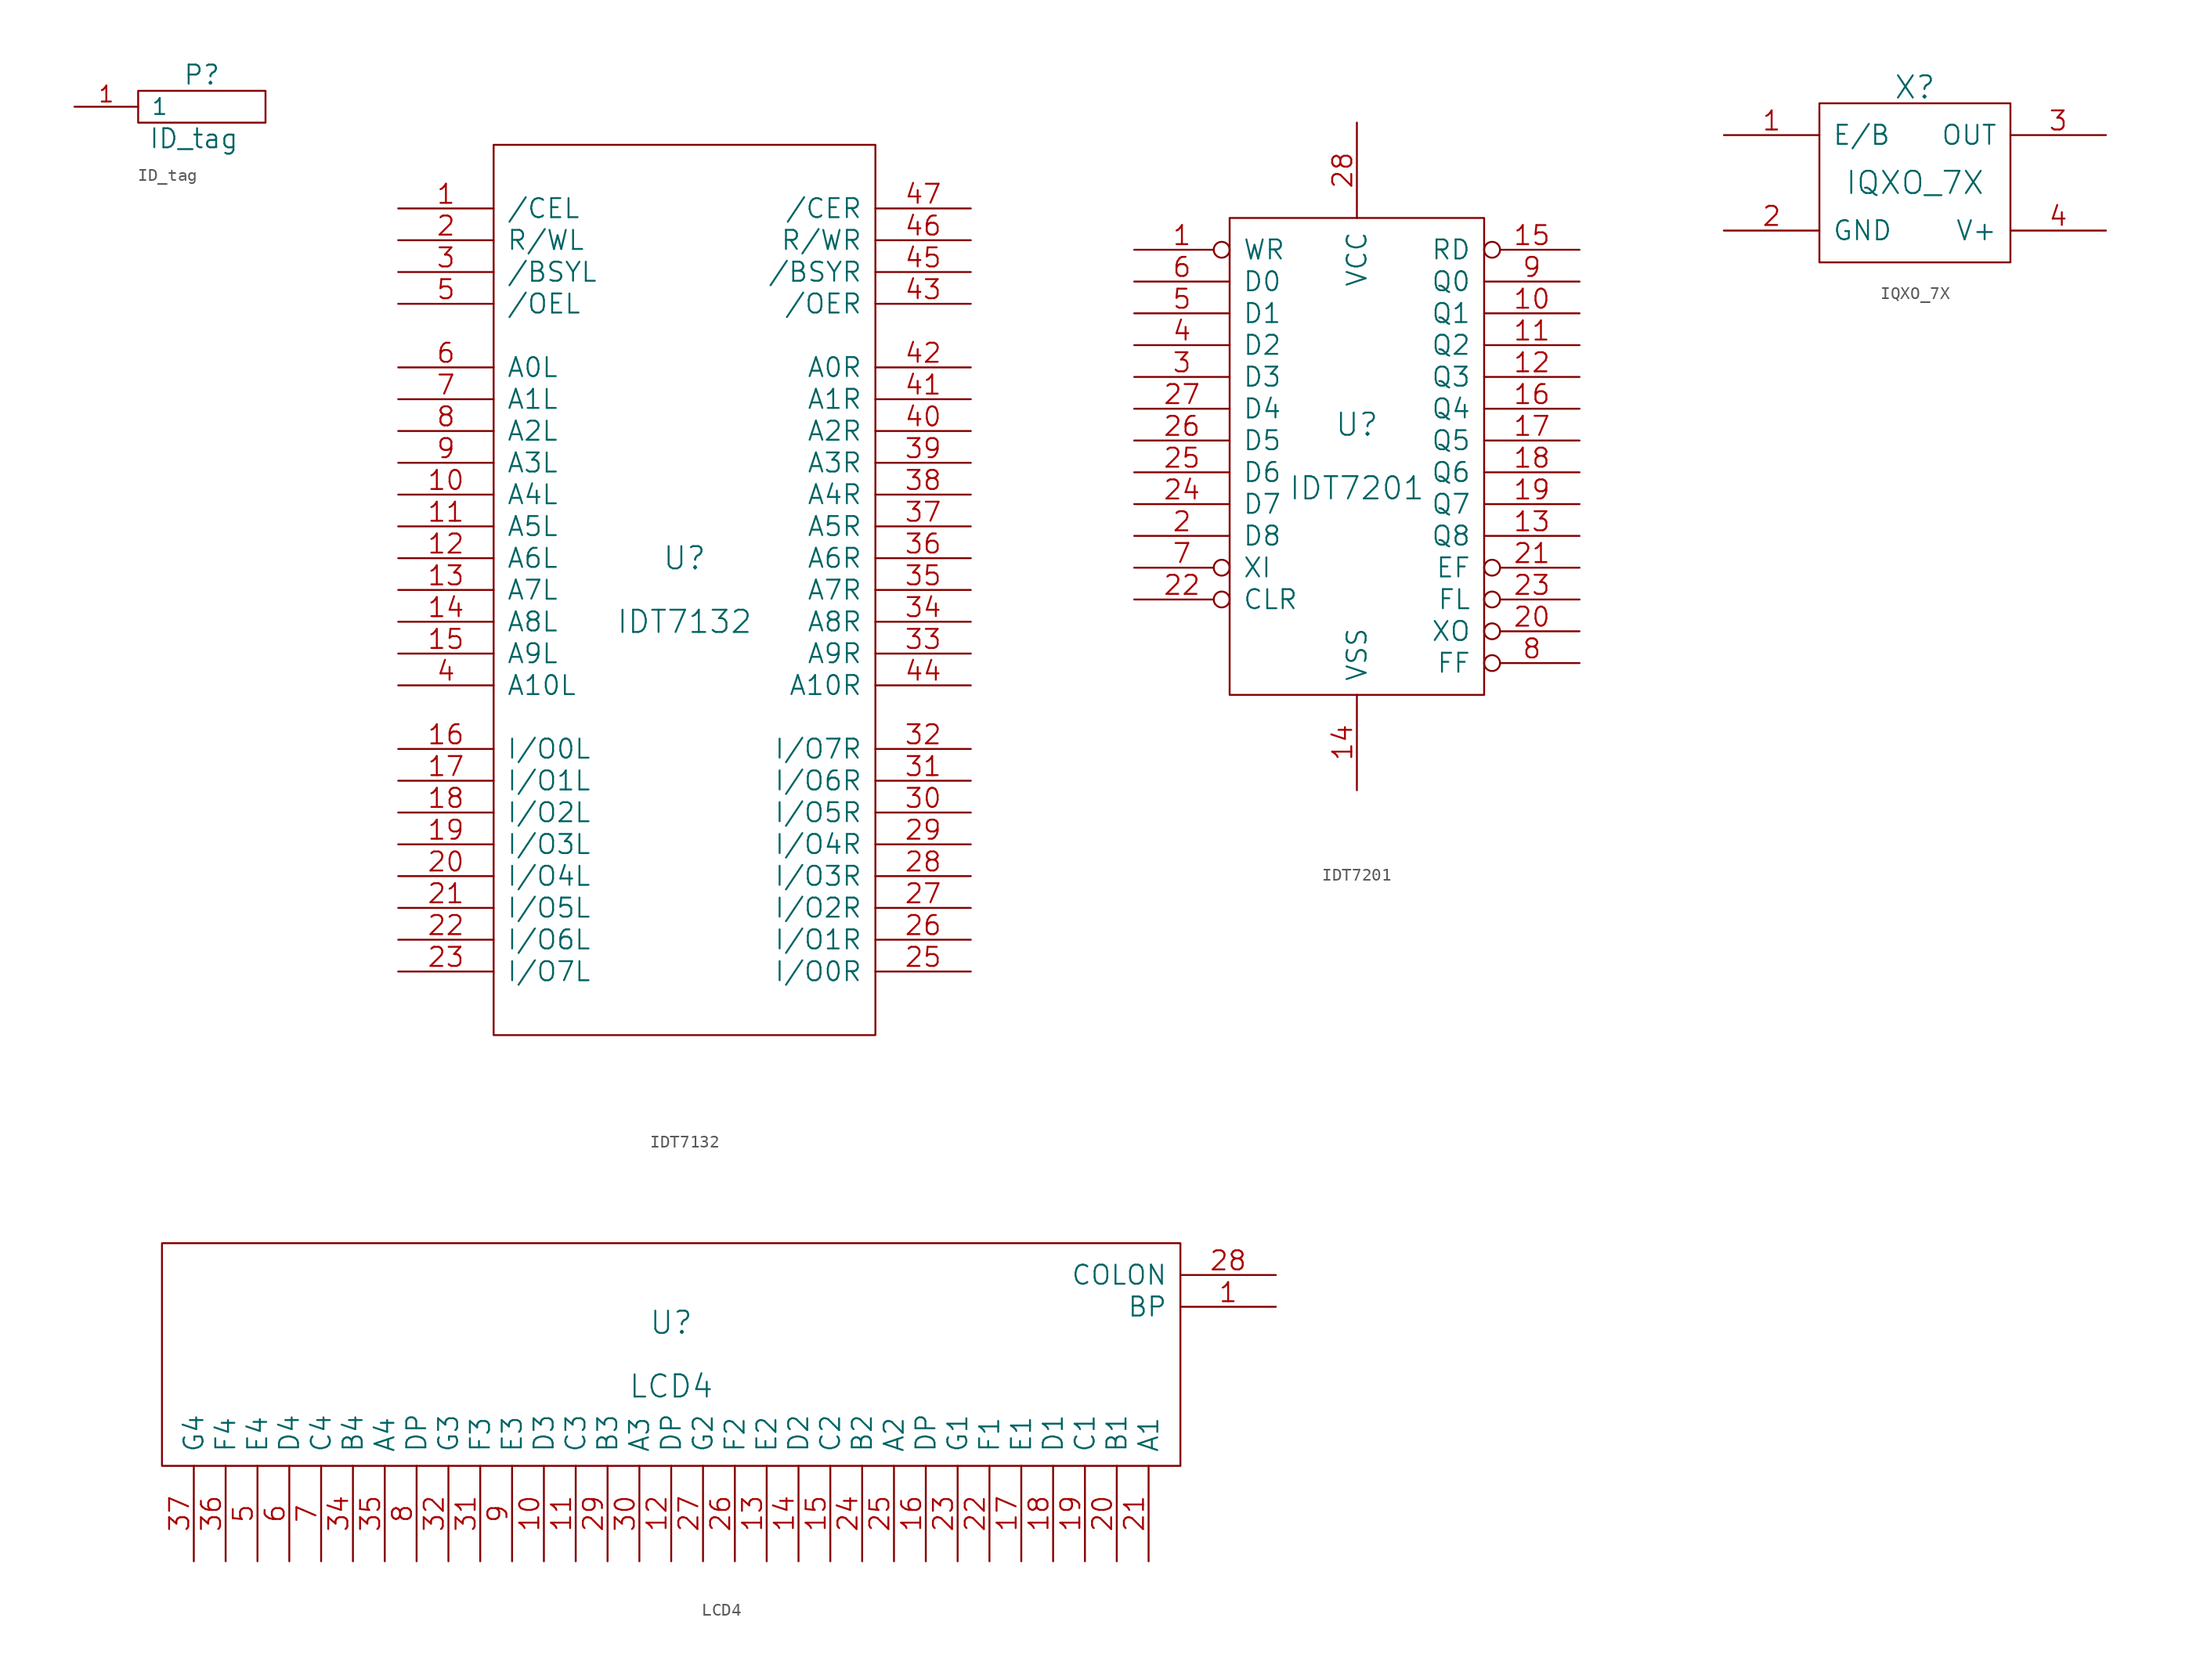
<source format=kicad_sym>
(kicad_symbol_lib
  (version 20211014)
  (generator kicad_symbol_editor)
  (symbol "ID_tag"
    (pin_names
      (offset 1.016))
    (property "Reference" "P"
      (at 0 2.54 0)
      (effects (font (size 1.524 1.524))))
    (property "Value" "ID_tag"
      (at -0.635 -2.54 0)
      (effects (font (size 1.524 1.524))))
    (property "Footprint" ""
      (at 0 0 0)
      (effects (font (size 1.524 1.524))))
    (property "Datasheet" ""
      (at 0 0 0)
      (effects (font (size 1.524 1.524))))
    (symbol "ID_tag_0_1"
      (rectangle (start -5.08 1.27) (end 5.08 -1.27) (stroke (width 0) (type default) (color 0 0 0 0)) (fill (type none))))
    (symbol "ID_tag_1_1"
      (pin input line (at -10.16 0 0) (length 5.08) (name "1" (effects (font (size 1.27 1.27)))) (number "1" (effects (font (size 1.27 1.27)))))))
  (symbol "IDT7132"
    (pin_names
      (offset 1.016))
    (property "Reference" "U"
      (at 0 2.54 0)
      (effects (font (size 1.778 1.778))))
    (property "Value" "IDT7132"
      (at 0 -2.54 0)
      (effects (font (size 1.778 1.778))))
    (property "Footprint" ""
      (at 0 0 0)
      (effects (font (size 1.524 1.524))))
    (property "Datasheet" ""
      (at 0 0 0)
      (effects (font (size 1.524 1.524))))
    (symbol "IDT7132_0_1"
      (rectangle (start -15.24 -35.56) (end 15.24 35.56) (stroke (width 0) (type default) (color 0 0 0 0)) (fill (type none))))
    (symbol "IDT7132_1_1"
      (pin input line (at -22.86 30.48 0) (length 7.62) (name "/CEL" (effects (font (size 1.524 1.524)))) (number "1" (effects (font (size 1.524 1.524)))))
      (pin input line (at -22.86 7.62 0) (length 7.62) (name "A4L" (effects (font (size 1.524 1.524)))) (number "10" (effects (font (size 1.524 1.524)))))
      (pin input line (at -22.86 5.08 0) (length 7.62) (name "A5L" (effects (font (size 1.524 1.524)))) (number "11" (effects (font (size 1.524 1.524)))))
      (pin input line (at -22.86 2.54 0) (length 7.62) (name "A6L" (effects (font (size 1.524 1.524)))) (number "12" (effects (font (size 1.524 1.524)))))
      (pin input line (at -22.86 0 0) (length 7.62) (name "A7L" (effects (font (size 1.524 1.524)))) (number "13" (effects (font (size 1.524 1.524)))))
      (pin input line (at -22.86 -2.54 0) (length 7.62) (name "A8L" (effects (font (size 1.524 1.524)))) (number "14" (effects (font (size 1.524 1.524)))))
      (pin input line (at -22.86 -5.08 0) (length 7.62) (name "A9L" (effects (font (size 1.524 1.524)))) (number "15" (effects (font (size 1.524 1.524)))))
      (pin input line (at -22.86 -12.7 0) (length 7.62) (name "I/O0L" (effects (font (size 1.524 1.524)))) (number "16" (effects (font (size 1.524 1.524)))))
      (pin input line (at -22.86 -15.24 0) (length 7.62) (name "I/O1L" (effects (font (size 1.524 1.524)))) (number "17" (effects (font (size 1.524 1.524)))))
      (pin input line (at -22.86 -17.78 0) (length 7.62) (name "I/O2L" (effects (font (size 1.524 1.524)))) (number "18" (effects (font (size 1.524 1.524)))))
      (pin input line (at -22.86 -20.32 0) (length 7.62) (name "I/O3L" (effects (font (size 1.524 1.524)))) (number "19" (effects (font (size 1.524 1.524)))))
      (pin input line (at -22.86 27.94 0) (length 7.62) (name "R/WL" (effects (font (size 1.524 1.524)))) (number "2" (effects (font (size 1.524 1.524)))))
      (pin input line (at -22.86 -22.86 0) (length 7.62) (name "I/O4L" (effects (font (size 1.524 1.524)))) (number "20" (effects (font (size 1.524 1.524)))))
      (pin input line (at -22.86 -25.4 0) (length 7.62) (name "I/O5L" (effects (font (size 1.524 1.524)))) (number "21" (effects (font (size 1.524 1.524)))))
      (pin input line (at -22.86 -27.94 0) (length 7.62) (name "I/O6L" (effects (font (size 1.524 1.524)))) (number "22" (effects (font (size 1.524 1.524)))))
      (pin input line (at -22.86 -30.48 0) (length 7.62) (name "I/O7L" (effects (font (size 1.524 1.524)))) (number "23" (effects (font (size 1.524 1.524)))))
      (pin power_in line (at 0 -35.56 90) (length 0) hide (name "GND" (effects (font (size 1.524 1.524)))) (number "24" (effects (font (size 1.524 1.524)))))
      (pin input line (at 22.86 -30.48 180) (length 7.62) (name "I/O0R" (effects (font (size 1.524 1.524)))) (number "25" (effects (font (size 1.524 1.524)))))
      (pin input line (at 22.86 -27.94 180) (length 7.62) (name "I/O1R" (effects (font (size 1.524 1.524)))) (number "26" (effects (font (size 1.524 1.524)))))
      (pin input line (at 22.86 -25.4 180) (length 7.62) (name "I/O2R" (effects (font (size 1.524 1.524)))) (number "27" (effects (font (size 1.524 1.524)))))
      (pin input line (at 22.86 -22.86 180) (length 7.62) (name "I/O3R" (effects (font (size 1.524 1.524)))) (number "28" (effects (font (size 1.524 1.524)))))
      (pin input line (at 22.86 -20.32 180) (length 7.62) (name "I/O4R" (effects (font (size 1.524 1.524)))) (number "29" (effects (font (size 1.524 1.524)))))
      (pin output line (at -22.86 25.4 0) (length 7.62) (name "/BSYL" (effects (font (size 1.524 1.524)))) (number "3" (effects (font (size 1.524 1.524)))))
      (pin input line (at 22.86 -17.78 180) (length 7.62) (name "I/O5R" (effects (font (size 1.524 1.524)))) (number "30" (effects (font (size 1.524 1.524)))))
      (pin input line (at 22.86 -15.24 180) (length 7.62) (name "I/O6R" (effects (font (size 1.524 1.524)))) (number "31" (effects (font (size 1.524 1.524)))))
      (pin input line (at 22.86 -12.7 180) (length 7.62) (name "I/O7R" (effects (font (size 1.524 1.524)))) (number "32" (effects (font (size 1.524 1.524)))))
      (pin input line (at 22.86 -5.08 180) (length 7.62) (name "A9R" (effects (font (size 1.524 1.524)))) (number "33" (effects (font (size 1.524 1.524)))))
      (pin input line (at 22.86 -2.54 180) (length 7.62) (name "A8R" (effects (font (size 1.524 1.524)))) (number "34" (effects (font (size 1.524 1.524)))))
      (pin input line (at 22.86 0 180) (length 7.62) (name "A7R" (effects (font (size 1.524 1.524)))) (number "35" (effects (font (size 1.524 1.524)))))
      (pin input line (at 22.86 2.54 180) (length 7.62) (name "A6R" (effects (font (size 1.524 1.524)))) (number "36" (effects (font (size 1.524 1.524)))))
      (pin input line (at 22.86 5.08 180) (length 7.62) (name "A5R" (effects (font (size 1.524 1.524)))) (number "37" (effects (font (size 1.524 1.524)))))
      (pin input line (at 22.86 7.62 180) (length 7.62) (name "A4R" (effects (font (size 1.524 1.524)))) (number "38" (effects (font (size 1.524 1.524)))))
      (pin input line (at 22.86 10.16 180) (length 7.62) (name "A3R" (effects (font (size 1.524 1.524)))) (number "39" (effects (font (size 1.524 1.524)))))
      (pin input line (at -22.86 -7.62 0) (length 7.62) (name "A10L" (effects (font (size 1.524 1.524)))) (number "4" (effects (font (size 1.524 1.524)))))
      (pin input line (at 22.86 12.7 180) (length 7.62) (name "A2R" (effects (font (size 1.524 1.524)))) (number "40" (effects (font (size 1.524 1.524)))))
      (pin input line (at 22.86 15.24 180) (length 7.62) (name "A1R" (effects (font (size 1.524 1.524)))) (number "41" (effects (font (size 1.524 1.524)))))
      (pin input line (at 22.86 17.78 180) (length 7.62) (name "A0R" (effects (font (size 1.524 1.524)))) (number "42" (effects (font (size 1.524 1.524)))))
      (pin input line (at 22.86 22.86 180) (length 7.62) (name "/OER" (effects (font (size 1.524 1.524)))) (number "43" (effects (font (size 1.524 1.524)))))
      (pin input line (at 22.86 -7.62 180) (length 7.62) (name "A10R" (effects (font (size 1.524 1.524)))) (number "44" (effects (font (size 1.524 1.524)))))
      (pin output line (at 22.86 25.4 180) (length 7.62) (name "/BSYR" (effects (font (size 1.524 1.524)))) (number "45" (effects (font (size 1.524 1.524)))))
      (pin input line (at 22.86 27.94 180) (length 7.62) (name "R/WR" (effects (font (size 1.524 1.524)))) (number "46" (effects (font (size 1.524 1.524)))))
      (pin input line (at 22.86 30.48 180) (length 7.62) (name "/CER" (effects (font (size 1.524 1.524)))) (number "47" (effects (font (size 1.524 1.524)))))
      (pin power_in line (at 0 35.56 90) (length 0) hide (name "VCC" (effects (font (size 1.524 1.524)))) (number "48" (effects (font (size 1.524 1.524)))))
      (pin input line (at -22.86 22.86 0) (length 7.62) (name "/OEL" (effects (font (size 1.524 1.524)))) (number "5" (effects (font (size 1.524 1.524)))))
      (pin input line (at -22.86 17.78 0) (length 7.62) (name "A0L" (effects (font (size 1.524 1.524)))) (number "6" (effects (font (size 1.524 1.524)))))
      (pin input line (at -22.86 15.24 0) (length 7.62) (name "A1L" (effects (font (size 1.524 1.524)))) (number "7" (effects (font (size 1.524 1.524)))))
      (pin input line (at -22.86 12.7 0) (length 7.62) (name "A2L" (effects (font (size 1.524 1.524)))) (number "8" (effects (font (size 1.524 1.524)))))
      (pin input line (at -22.86 10.16 0) (length 7.62) (name "A3L" (effects (font (size 1.524 1.524)))) (number "9" (effects (font (size 1.524 1.524)))))))
  (symbol "IDT7201"
    (pin_names
      (offset 1.016))
    (property "Reference" "U"
      (at 0 2.54 0)
      (effects (font (size 1.778 1.778))))
    (property "Value" "IDT7201"
      (at 0 -2.54 0)
      (effects (font (size 1.778 1.778))))
    (property "Footprint" ""
      (at 0 0 0)
      (effects (font (size 1.524 1.524))))
    (property "Datasheet" ""
      (at 0 0 0)
      (effects (font (size 1.524 1.524))))
    (symbol "IDT7201_0_1"
      (rectangle (start -10.16 -19.05) (end 10.16 19.05) (stroke (width 0) (type default) (color 0 0 0 0)) (fill (type none))))
    (symbol "IDT7201_1_1"
      (pin input inverted (at -17.78 16.51 0) (length 7.62) (name "WR" (effects (font (size 1.524 1.524)))) (number "1" (effects (font (size 1.524 1.524)))))
      (pin tri_state line (at 17.78 11.43 180) (length 7.62) (name "Q1" (effects (font (size 1.524 1.524)))) (number "10" (effects (font (size 1.524 1.524)))))
      (pin tri_state line (at 17.78 8.89 180) (length 7.62) (name "Q2" (effects (font (size 1.524 1.524)))) (number "11" (effects (font (size 1.524 1.524)))))
      (pin tri_state line (at 17.78 6.35 180) (length 7.62) (name "Q3" (effects (font (size 1.524 1.524)))) (number "12" (effects (font (size 1.524 1.524)))))
      (pin tri_state line (at 17.78 -6.35 180) (length 7.62) (name "Q8" (effects (font (size 1.524 1.524)))) (number "13" (effects (font (size 1.524 1.524)))))
      (pin input line (at 0 -26.67 90) (length 7.62) (name "VSS" (effects (font (size 1.524 1.524)))) (number "14" (effects (font (size 1.524 1.524)))))
      (pin input inverted (at 17.78 16.51 180) (length 7.62) (name "RD" (effects (font (size 1.524 1.524)))) (number "15" (effects (font (size 1.524 1.524)))))
      (pin tri_state line (at 17.78 3.81 180) (length 7.62) (name "Q4" (effects (font (size 1.524 1.524)))) (number "16" (effects (font (size 1.524 1.524)))))
      (pin tri_state line (at 17.78 1.27 180) (length 7.62) (name "Q5" (effects (font (size 1.524 1.524)))) (number "17" (effects (font (size 1.524 1.524)))))
      (pin tri_state line (at 17.78 -1.27 180) (length 7.62) (name "Q6" (effects (font (size 1.524 1.524)))) (number "18" (effects (font (size 1.524 1.524)))))
      (pin tri_state line (at 17.78 -3.81 180) (length 7.62) (name "Q7" (effects (font (size 1.524 1.524)))) (number "19" (effects (font (size 1.524 1.524)))))
      (pin input line (at -17.78 -6.35 0) (length 7.62) (name "D8" (effects (font (size 1.524 1.524)))) (number "2" (effects (font (size 1.524 1.524)))))
      (pin input inverted (at 17.78 -13.97 180) (length 7.62) (name "XO" (effects (font (size 1.524 1.524)))) (number "20" (effects (font (size 1.524 1.524)))))
      (pin output inverted (at 17.78 -8.89 180) (length 7.62) (name "EF" (effects (font (size 1.524 1.524)))) (number "21" (effects (font (size 1.524 1.524)))))
      (pin input inverted (at -17.78 -11.43 0) (length 7.62) (name "CLR" (effects (font (size 1.524 1.524)))) (number "22" (effects (font (size 1.524 1.524)))))
      (pin input inverted (at 17.78 -11.43 180) (length 7.62) (name "FL" (effects (font (size 1.524 1.524)))) (number "23" (effects (font (size 1.524 1.524)))))
      (pin input line (at -17.78 -3.81 0) (length 7.62) (name "D7" (effects (font (size 1.524 1.524)))) (number "24" (effects (font (size 1.524 1.524)))))
      (pin input line (at -17.78 -1.27 0) (length 7.62) (name "D6" (effects (font (size 1.524 1.524)))) (number "25" (effects (font (size 1.524 1.524)))))
      (pin input line (at -17.78 1.27 0) (length 7.62) (name "D5" (effects (font (size 1.524 1.524)))) (number "26" (effects (font (size 1.524 1.524)))))
      (pin input line (at -17.78 3.81 0) (length 7.62) (name "D4" (effects (font (size 1.524 1.524)))) (number "27" (effects (font (size 1.524 1.524)))))
      (pin input line (at 0 26.67 270) (length 7.62) (name "VCC" (effects (font (size 1.524 1.524)))) (number "28" (effects (font (size 1.524 1.524)))))
      (pin input line (at -17.78 6.35 0) (length 7.62) (name "D3" (effects (font (size 1.524 1.524)))) (number "3" (effects (font (size 1.524 1.524)))))
      (pin input line (at -17.78 8.89 0) (length 7.62) (name "D2" (effects (font (size 1.524 1.524)))) (number "4" (effects (font (size 1.524 1.524)))))
      (pin input line (at -17.78 11.43 0) (length 7.62) (name "D1" (effects (font (size 1.524 1.524)))) (number "5" (effects (font (size 1.524 1.524)))))
      (pin input line (at -17.78 13.97 0) (length 7.62) (name "D0" (effects (font (size 1.524 1.524)))) (number "6" (effects (font (size 1.524 1.524)))))
      (pin input inverted (at -17.78 -8.89 0) (length 7.62) (name "XI" (effects (font (size 1.524 1.524)))) (number "7" (effects (font (size 1.524 1.524)))))
      (pin output inverted (at 17.78 -16.51 180) (length 7.62) (name "FF" (effects (font (size 1.524 1.524)))) (number "8" (effects (font (size 1.524 1.524)))))
      (pin tri_state line (at 17.78 13.97 180) (length 7.62) (name "Q0" (effects (font (size 1.524 1.524)))) (number "9" (effects (font (size 1.524 1.524)))))))
  (symbol "IQXO_7X"
    (pin_names
      (offset 1.016))
    (property "Reference" "X"
      (at 0 7.62 0)
      (effects (font (size 1.778 1.778))))
    (property "Value" "IQXO_7X"
      (at 0 0 0)
      (effects (font (size 1.778 1.778))))
    (property "Footprint" ""
      (at 0 0 0)
      (effects (font (size 1.524 1.524))))
    (property "Datasheet" ""
      (at 0 0 0)
      (effects (font (size 1.524 1.524))))
    (symbol "IQXO_7X_0_1"
      (rectangle (start -7.62 6.35) (end 7.62 -6.35) (stroke (width 0) (type default) (color 0 0 0 0)) (fill (type none))))
    (symbol "IQXO_7X_1_1"
      (pin input line (at -15.24 3.81 0) (length 7.62) (name "E/B" (effects (font (size 1.524 1.524)))) (number "1" (effects (font (size 1.524 1.524)))))
      (pin passive line (at -15.24 -3.81 0) (length 7.62) (name "GND" (effects (font (size 1.524 1.524)))) (number "2" (effects (font (size 1.524 1.524)))))
      (pin output line (at 15.24 3.81 180) (length 7.62) (name "OUT" (effects (font (size 1.524 1.524)))) (number "3" (effects (font (size 1.524 1.524)))))
      (pin passive line (at 15.24 -3.81 180) (length 7.62) (name "V+" (effects (font (size 1.524 1.524)))) (number "4" (effects (font (size 1.524 1.524)))))))
  (symbol "LCD4"
    (pin_names
      (offset 1.016))
    (property "Reference" "U"
      (at 0 2.54 0)
      (effects (font (size 1.778 1.778))))
    (property "Value" "LCD4"
      (at 0 -2.54 0)
      (effects (font (size 1.778 1.778))))
    (property "Footprint" ""
      (at 0 0 0)
      (effects (font (size 1.524 1.524))))
    (property "Datasheet" ""
      (at 0 0 0)
      (effects (font (size 1.524 1.524))))
    (symbol "LCD4_0_1"
      (rectangle (start -40.64 -8.89) (end 40.64 8.89) (stroke (width 0) (type default) (color 0 0 0 0)) (fill (type none))))
    (symbol "LCD4_1_1"
      (pin input line (at 48.26 3.81 180) (length 7.62) (name "BP" (effects (font (size 1.524 1.524)))) (number "1" (effects (font (size 1.524 1.524)))))
      (pin input line (at -10.16 -16.51 90) (length 7.62) (name "D3" (effects (font (size 1.524 1.524)))) (number "10" (effects (font (size 1.524 1.524)))))
      (pin input line (at -7.62 -16.51 90) (length 7.62) (name "C3" (effects (font (size 1.524 1.524)))) (number "11" (effects (font (size 1.524 1.524)))))
      (pin input line (at 0 -16.51 90) (length 7.62) (name "DP" (effects (font (size 1.524 1.524)))) (number "12" (effects (font (size 1.524 1.524)))))
      (pin input line (at 7.62 -16.51 90) (length 7.62) (name "E2" (effects (font (size 1.524 1.524)))) (number "13" (effects (font (size 1.524 1.524)))))
      (pin input line (at 10.16 -16.51 90) (length 7.62) (name "D2" (effects (font (size 1.524 1.524)))) (number "14" (effects (font (size 1.524 1.524)))))
      (pin input line (at 12.7 -16.51 90) (length 7.62) (name "C2" (effects (font (size 1.524 1.524)))) (number "15" (effects (font (size 1.524 1.524)))))
      (pin input line (at 20.32 -16.51 90) (length 7.62) (name "DP" (effects (font (size 1.524 1.524)))) (number "16" (effects (font (size 1.524 1.524)))))
      (pin input line (at 27.94 -16.51 90) (length 7.62) (name "E1" (effects (font (size 1.524 1.524)))) (number "17" (effects (font (size 1.524 1.524)))))
      (pin input line (at 30.48 -16.51 90) (length 7.62) (name "D1" (effects (font (size 1.524 1.524)))) (number "18" (effects (font (size 1.524 1.524)))))
      (pin input line (at 33.02 -16.51 90) (length 7.62) (name "C1" (effects (font (size 1.524 1.524)))) (number "19" (effects (font (size 1.524 1.524)))))
      (pin input line (at 35.56 -16.51 90) (length 7.62) (name "B1" (effects (font (size 1.524 1.524)))) (number "20" (effects (font (size 1.524 1.524)))))
      (pin input line (at 38.1 -16.51 90) (length 7.62) (name "A1" (effects (font (size 1.524 1.524)))) (number "21" (effects (font (size 1.524 1.524)))))
      (pin input line (at 25.4 -16.51 90) (length 7.62) (name "F1" (effects (font (size 1.524 1.524)))) (number "22" (effects (font (size 1.524 1.524)))))
      (pin input line (at 22.86 -16.51 90) (length 7.62) (name "G1" (effects (font (size 1.524 1.524)))) (number "23" (effects (font (size 1.524 1.524)))))
      (pin input line (at 15.24 -16.51 90) (length 7.62) (name "B2" (effects (font (size 1.524 1.524)))) (number "24" (effects (font (size 1.524 1.524)))))
      (pin input line (at 17.78 -16.51 90) (length 7.62) (name "A2" (effects (font (size 1.524 1.524)))) (number "25" (effects (font (size 1.524 1.524)))))
      (pin input line (at 5.08 -16.51 90) (length 7.62) (name "F2" (effects (font (size 1.524 1.524)))) (number "26" (effects (font (size 1.524 1.524)))))
      (pin input line (at 2.54 -16.51 90) (length 7.62) (name "G2" (effects (font (size 1.524 1.524)))) (number "27" (effects (font (size 1.524 1.524)))))
      (pin input line (at 48.26 6.35 180) (length 7.62) (name "COLON" (effects (font (size 1.524 1.524)))) (number "28" (effects (font (size 1.524 1.524)))))
      (pin input line (at -5.08 -16.51 90) (length 7.62) (name "B3" (effects (font (size 1.524 1.524)))) (number "29" (effects (font (size 1.524 1.524)))))
      (pin input line (at -2.54 -16.51 90) (length 7.62) (name "A3" (effects (font (size 1.524 1.524)))) (number "30" (effects (font (size 1.524 1.524)))))
      (pin input line (at -15.24 -16.51 90) (length 7.62) (name "F3" (effects (font (size 1.524 1.524)))) (number "31" (effects (font (size 1.524 1.524)))))
      (pin input line (at -17.78 -16.51 90) (length 7.62) (name "G3" (effects (font (size 1.524 1.524)))) (number "32" (effects (font (size 1.524 1.524)))))
      (pin input line (at -25.4 -16.51 90) (length 7.62) (name "B4" (effects (font (size 1.524 1.524)))) (number "34" (effects (font (size 1.524 1.524)))))
      (pin input line (at -22.86 -16.51 90) (length 7.62) (name "A4" (effects (font (size 1.524 1.524)))) (number "35" (effects (font (size 1.524 1.524)))))
      (pin input line (at -35.56 -16.51 90) (length 7.62) (name "F4" (effects (font (size 1.524 1.524)))) (number "36" (effects (font (size 1.524 1.524)))))
      (pin input line (at -38.1 -16.51 90) (length 7.62) (name "G4" (effects (font (size 1.524 1.524)))) (number "37" (effects (font (size 1.524 1.524)))))
      (pin input line (at -33.02 -16.51 90) (length 7.62) (name "E4" (effects (font (size 1.524 1.524)))) (number "5" (effects (font (size 1.524 1.524)))))
      (pin input line (at -30.48 -16.51 90) (length 7.62) (name "D4" (effects (font (size 1.524 1.524)))) (number "6" (effects (font (size 1.524 1.524)))))
      (pin input line (at -27.94 -16.51 90) (length 7.62) (name "C4" (effects (font (size 1.524 1.524)))) (number "7" (effects (font (size 1.524 1.524)))))
      (pin input line (at -20.32 -16.51 90) (length 7.62) (name "DP" (effects (font (size 1.524 1.524)))) (number "8" (effects (font (size 1.524 1.524)))))
      (pin input line (at -12.7 -16.51 90) (length 7.62) (name "E3" (effects (font (size 1.524 1.524)))) (number "9" (effects (font (size 1.524 1.524))))))))
</source>
